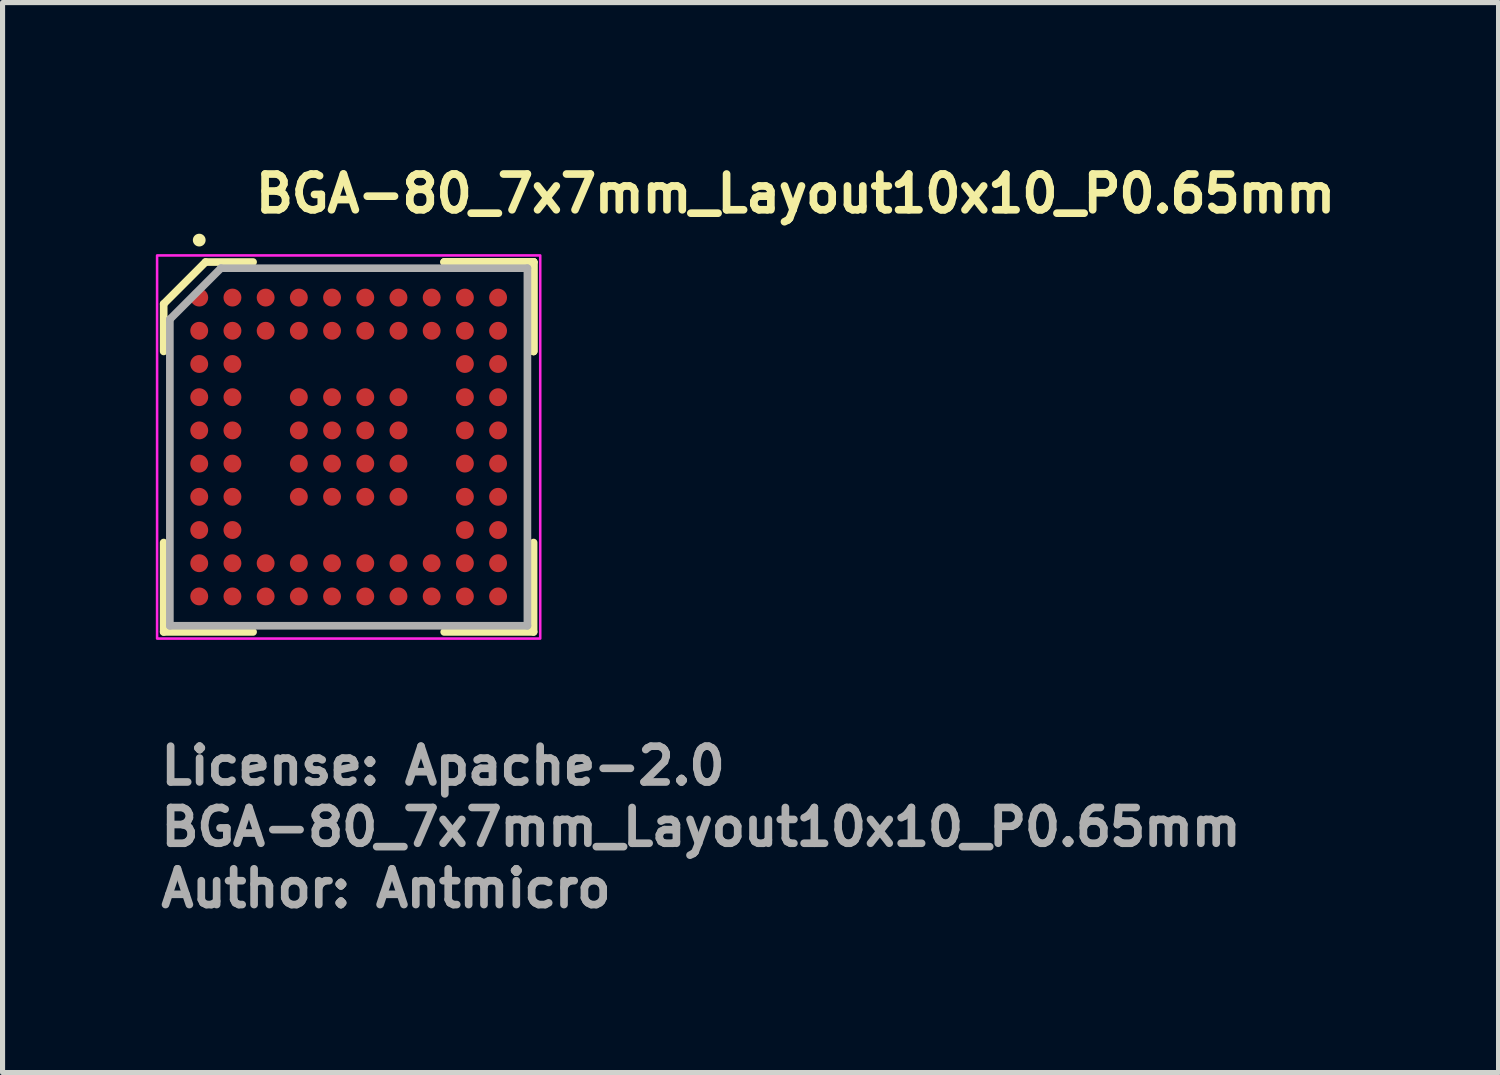
<source format=kicad_pcb>
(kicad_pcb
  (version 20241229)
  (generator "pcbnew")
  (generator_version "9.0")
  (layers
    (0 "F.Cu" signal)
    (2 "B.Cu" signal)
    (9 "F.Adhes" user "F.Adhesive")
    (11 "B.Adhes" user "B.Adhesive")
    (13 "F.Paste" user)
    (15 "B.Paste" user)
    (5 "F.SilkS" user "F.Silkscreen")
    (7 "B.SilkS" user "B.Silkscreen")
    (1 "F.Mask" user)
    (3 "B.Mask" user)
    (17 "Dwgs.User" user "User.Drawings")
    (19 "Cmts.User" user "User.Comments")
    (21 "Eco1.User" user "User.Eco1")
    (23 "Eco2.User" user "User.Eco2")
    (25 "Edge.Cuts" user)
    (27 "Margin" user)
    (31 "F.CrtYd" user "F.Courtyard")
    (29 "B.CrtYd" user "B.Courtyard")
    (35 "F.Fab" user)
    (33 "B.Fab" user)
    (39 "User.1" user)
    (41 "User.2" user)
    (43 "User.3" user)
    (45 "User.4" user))
  (footprint "BGA-80_7x7mm_Layout10x10_P0.65mm"
    (layer "F.Cu")
    (at 3.775 5.7)
    (property "Reference" "BGA-80_7x7mm_Layout10x10_P0.65mm" (at -1.901 -4.55 0) (layer "F.SilkS") (effects (font (size 0.7 0.7) (thickness 0.15)) (justify left bottom)))
    (attr smd)
    (fp_line (start -3.621 -2.801) (end -3.621 -1.871) (stroke (width 0.15) (type solid)) (layer "F.SilkS"))
    (fp_line (start -3.621 3.62) (end -3.621 1.87) (stroke (width 0.15) (type solid)) (layer "F.SilkS"))
    (fp_line (start -2.801 -3.621) (end -3.621 -2.801) (stroke (width 0.15) (type solid)) (layer "F.SilkS"))
    (fp_line (start -1.871 -3.621) (end -2.801 -3.621) (stroke (width 0.15) (type solid)) (layer "F.SilkS"))
    (fp_line (start -1.871 3.62) (end -3.621 3.62) (stroke (width 0.15) (type solid)) (layer "F.SilkS"))
    (fp_line (start 1.87 -3.621) (end 3.62 -3.621) (stroke (width 0.15) (type solid)) (layer "F.SilkS"))
    (fp_line (start 1.87 -3.621) (end 3.62 -3.621) (stroke (width 0.15) (type solid)) (layer "F.SilkS"))
    (fp_line (start 1.87 -3.621) (end 3.62 -3.621) (stroke (width 0.15) (type solid)) (layer "F.SilkS"))
    (fp_line (start 1.87 3.62) (end 3.62 3.62) (stroke (width 0.15) (type solid)) (layer "F.SilkS"))
    (fp_line (start 3.62 -3.621) (end 3.62 -1.871) (stroke (width 0.15) (type solid)) (layer "F.SilkS"))
    (fp_line (start 3.62 -3.621) (end 3.62 -1.871) (stroke (width 0.15) (type solid)) (layer "F.SilkS"))
    (fp_line (start 3.62 -3.621) (end 3.62 -1.871) (stroke (width 0.15) (type solid)) (layer "F.SilkS"))
    (fp_line (start 3.62 3.62) (end 3.62 1.87) (stroke (width 0.15) (type solid)) (layer "F.SilkS"))
    (fp_circle (center -2.925 -4.05) (end -2.875 -4.05) (stroke (width 0.15) (type solid)) (fill yes) (layer "F.SilkS"))
    (fp_rect (start -3.75 -3.75) (end 3.75 3.75) (stroke (width 0.05) (type solid)) (fill no) (layer "F.CrtYd"))
    (fp_line (start -3.5 -2.5) (end -3.5 3.499) (stroke (width 0.15) (type solid)) (layer "F.Fab"))
    (fp_line (start -3.5 3.499) (end 3.499 3.499) (stroke (width 0.15) (type solid)) (layer "F.Fab"))
    (fp_line (start -2.5 -3.5) (end -3.5 -2.5) (stroke (width 0.15) (type solid)) (layer "F.Fab"))
    (fp_line (start 3.499 -3.5) (end -2.5 -3.5) (stroke (width 0.15) (type solid)) (layer "F.Fab"))
    (fp_line (start 3.499 3.499) (end 3.499 -3.5) (stroke (width 0.15) (type solid)) (layer "F.Fab"))
    (fp_rect (start -3.5 -3.5) (end 3.5 3.5) (stroke (width 0.1) (type solid)) (fill no) (layer "User.5"))
    (fp_line (start -3.5 -3.5) (end 3.5 -3.5) (stroke (width 0.02) (type solid)) (layer "User.9"))
    (fp_line (start -3.5 3.5) (end -3.5 -3.5) (stroke (width 0.02) (type solid)) (layer "User.9"))
    (fp_line (start -3.5 3.5) (end 3.5 3.5) (stroke (width 0.02) (type solid)) (layer "User.9"))
    (fp_line (start -3.062 -2.648) (end -3.062 -2.625) (stroke (width 0.02) (type solid)) (layer "User.9"))
    (fp_line (start -3.062 -2.625) (end -3.062 -2.625) (stroke (width 0.02) (type solid)) (layer "User.9"))
    (fp_line (start -3.062 -2.625) (end -3.062 -2.602) (stroke (width 0.02) (type solid)) (layer "User.9"))
    (fp_line (start -3.062 -2.602) (end -3.06 -2.58) (stroke (width 0.02) (type solid)) (layer "User.9"))
    (fp_line (start -3.06 -2.67) (end -3.062 -2.648) (stroke (width 0.02) (type solid)) (layer "User.9"))
    (fp_line (start -3.06 -2.58) (end -3.057 -2.558) (stroke (width 0.02) (type solid)) (layer "User.9"))
    (fp_line (start -3.057 -2.692) (end -3.06 -2.67) (stroke (width 0.02) (type solid)) (layer "User.9"))
    (fp_line (start -3.057 -2.558) (end -3.054 -2.537) (stroke (width 0.02) (type solid)) (layer "User.9"))
    (fp_line (start -3.054 -2.713) (end -3.057 -2.692) (stroke (width 0.02) (type solid)) (layer "User.9"))
    (fp_line (start -3.054 -2.537) (end -3.049 -2.516) (stroke (width 0.02) (type solid)) (layer "User.9"))
    (fp_line (start -3.049 -2.734) (end -3.054 -2.713) (stroke (width 0.02) (type solid)) (layer "User.9"))
    (fp_line (start -3.049 -2.516) (end -3.043 -2.495) (stroke (width 0.02) (type solid)) (layer "User.9"))
    (fp_line (start -3.043 -2.755) (end -3.049 -2.734) (stroke (width 0.02) (type solid)) (layer "User.9"))
    (fp_line (start -3.043 -2.495) (end -3.036 -2.475) (stroke (width 0.02) (type solid)) (layer "User.9"))
    (fp_line (start -3.036 -2.775) (end -3.043 -2.755) (stroke (width 0.02) (type solid)) (layer "User.9"))
    (fp_line (start -3.036 -2.475) (end -3.028 -2.455) (stroke (width 0.02) (type solid)) (layer "User.9"))
    (fp_line (start -3.028 -2.795) (end -3.036 -2.775) (stroke (width 0.02) (type solid)) (layer "User.9"))
    (fp_line (start -3.028 -2.455) (end -3.019 -2.435) (stroke (width 0.02) (type solid)) (layer "User.9"))
    (fp_line (start -3.019 -2.815) (end -3.028 -2.795) (stroke (width 0.02) (type solid)) (layer "User.9"))
    (fp_line (start -3.019 -2.435) (end -3.01 -2.416) (stroke (width 0.02) (type solid)) (layer "User.9"))
    (fp_line (start -3.01 -2.834) (end -3.019 -2.815) (stroke (width 0.02) (type solid)) (layer "User.9"))
    (fp_line (start -3.01 -2.416) (end -2.999 -2.398) (stroke (width 0.02) (type solid)) (layer "User.9"))
    (fp_line (start -2.999 -2.852) (end -3.01 -2.834) (stroke (width 0.02) (type solid)) (layer "User.9"))
    (fp_line (start -2.999 -2.398) (end -2.988 -2.38) (stroke (width 0.02) (type solid)) (layer "User.9"))
    (fp_line (start -2.988 -2.87) (end -2.999 -2.852) (stroke (width 0.02) (type solid)) (layer "User.9"))
    (fp_line (start -2.988 -2.38) (end -2.976 -2.363) (stroke (width 0.02) (type solid)) (layer "User.9"))
    (fp_line (start -2.976 -2.887) (end -2.988 -2.87) (stroke (width 0.02) (type solid)) (layer "User.9"))
    (fp_line (start -2.976 -2.363) (end -2.963 -2.347) (stroke (width 0.02) (type solid)) (layer "User.9"))
    (fp_line (start -2.963 -2.903) (end -2.976 -2.887) (stroke (width 0.02) (type solid)) (layer "User.9"))
    (fp_line (start -2.963 -2.347) (end -2.949 -2.331) (stroke (width 0.02) (type solid)) (layer "User.9"))
    (fp_line (start -2.949 -2.919) (end -2.963 -2.903) (stroke (width 0.02) (type solid)) (layer "User.9"))
    (fp_line (start -2.949 -2.331) (end -2.934 -2.316) (stroke (width 0.02) (type solid)) (layer "User.9"))
    (fp_line (start -2.934 -2.934) (end -2.949 -2.919) (stroke (width 0.02) (type solid)) (layer "User.9"))
    (fp_line (start -2.934 -2.316) (end -2.919 -2.301) (stroke (width 0.02) (type solid)) (layer "User.9"))
    (fp_line (start -2.919 -2.949) (end -2.934 -2.934) (stroke (width 0.02) (type solid)) (layer "User.9"))
    (fp_line (start -2.919 -2.301) (end -2.903 -2.287) (stroke (width 0.02) (type solid)) (layer "User.9"))
    (fp_line (start -2.903 -2.963) (end -2.919 -2.949) (stroke (width 0.02) (type solid)) (layer "User.9"))
    (fp_line (start -2.903 -2.287) (end -2.887 -2.274) (stroke (width 0.02) (type solid)) (layer "User.9"))
    (fp_line (start -2.887 -2.976) (end -2.903 -2.963) (stroke (width 0.02) (type solid)) (layer "User.9"))
    (fp_line (start -2.887 -2.274) (end -2.87 -2.262) (stroke (width 0.02) (type solid)) (layer "User.9"))
    (fp_line (start -2.87 -2.988) (end -2.887 -2.976) (stroke (width 0.02) (type solid)) (layer "User.9"))
    (fp_line (start -2.87 -2.262) (end -2.852 -2.251) (stroke (width 0.02) (type solid)) (layer "User.9"))
    (fp_line (start -2.852 -2.999) (end -2.87 -2.988) (stroke (width 0.02) (type solid)) (layer "User.9"))
    (fp_line (start -2.852 -2.251) (end -2.834 -2.24) (stroke (width 0.02) (type solid)) (layer "User.9"))
    (fp_line (start -2.834 -3.01) (end -2.852 -2.999) (stroke (width 0.02) (type solid)) (layer "User.9"))
    (fp_line (start -2.834 -2.24) (end -2.815 -2.231) (stroke (width 0.02) (type solid)) (layer "User.9"))
    (fp_line (start -2.815 -3.019) (end -2.834 -3.01) (stroke (width 0.02) (type solid)) (layer "User.9"))
    (fp_line (start -2.815 -2.231) (end -2.795 -2.222) (stroke (width 0.02) (type solid)) (layer "User.9"))
    (fp_line (start -2.795 -3.028) (end -2.815 -3.019) (stroke (width 0.02) (type solid)) (layer "User.9"))
    (fp_line (start -2.795 -2.222) (end -2.775 -2.214) (stroke (width 0.02) (type solid)) (layer "User.9"))
    (fp_line (start -2.775 -3.036) (end -2.795 -3.028) (stroke (width 0.02) (type solid)) (layer "User.9"))
    (fp_line (start -2.775 -2.214) (end -2.755 -2.207) (stroke (width 0.02) (type solid)) (layer "User.9"))
    (fp_line (start -2.755 -3.043) (end -2.775 -3.036) (stroke (width 0.02) (type solid)) (layer "User.9"))
    (fp_line (start -2.755 -2.207) (end -2.734 -2.201) (stroke (width 0.02) (type solid)) (layer "User.9"))
    (fp_line (start -2.734 -3.049) (end -2.755 -3.043) (stroke (width 0.02) (type solid)) (layer "User.9"))
    (fp_line (start -2.734 -2.201) (end -2.713 -2.196) (stroke (width 0.02) (type solid)) (layer "User.9"))
    (fp_line (start -2.713 -3.054) (end -2.734 -3.049) (stroke (width 0.02) (type solid)) (layer "User.9"))
    (fp_line (start -2.713 -2.196) (end -2.692 -2.193) (stroke (width 0.02) (type solid)) (layer "User.9"))
    (fp_line (start -2.692 -3.057) (end -2.713 -3.054) (stroke (width 0.02) (type solid)) (layer "User.9"))
    (fp_line (start -2.692 -2.193) (end -2.67 -2.19) (stroke (width 0.02) (type solid)) (layer "User.9"))
    (fp_line (start -2.67 -3.06) (end -2.692 -3.057) (stroke (width 0.02) (type solid)) (layer "User.9"))
    (fp_line (start -2.67 -2.19) (end -2.648 -2.188) (stroke (width 0.02) (type solid)) (layer "User.9"))
    (fp_line (start -2.648 -3.062) (end -2.67 -3.06) (stroke (width 0.02) (type solid)) (layer "User.9"))
    (fp_line (start -2.648 -2.188) (end -2.625 -2.188) (stroke (width 0.02) (type solid)) (layer "User.9"))
    (fp_line (start -2.625 -3.062) (end -2.648 -3.062) (stroke (width 0.02) (type solid)) (layer "User.9"))
    (fp_line (start -2.625 -3.062) (end -2.625 -3.062) (stroke (width 0.02) (type solid)) (layer "User.9"))
    (fp_line (start -2.625 -2.188) (end -2.625 -2.188) (stroke (width 0.02) (type solid)) (layer "User.9"))
    (fp_line (start -2.625 -2.188) (end -2.602 -2.188) (stroke (width 0.02) (type solid)) (layer "User.9"))
    (fp_line (start -2.602 -3.062) (end -2.625 -3.062) (stroke (width 0.02) (type solid)) (layer "User.9"))
    (fp_line (start -2.602 -2.188) (end -2.58 -2.19) (stroke (width 0.02) (type solid)) (layer "User.9"))
    (fp_line (start -2.58 -3.06) (end -2.602 -3.062) (stroke (width 0.02) (type solid)) (layer "User.9"))
    (fp_line (start -2.58 -2.19) (end -2.558 -2.193) (stroke (width 0.02) (type solid)) (layer "User.9"))
    (fp_line (start -2.558 -3.057) (end -2.58 -3.06) (stroke (width 0.02) (type solid)) (layer "User.9"))
    (fp_line (start -2.558 -2.193) (end -2.537 -2.196) (stroke (width 0.02) (type solid)) (layer "User.9"))
    (fp_line (start -2.537 -3.054) (end -2.558 -3.057) (stroke (width 0.02) (type solid)) (layer "User.9"))
    (fp_line (start -2.537 -2.196) (end -2.516 -2.201) (stroke (width 0.02) (type solid)) (layer "User.9"))
    (fp_line (start -2.516 -3.049) (end -2.537 -3.054) (stroke (width 0.02) (type solid)) (layer "User.9"))
    (fp_line (start -2.516 -2.201) (end -2.495 -2.207) (stroke (width 0.02) (type solid)) (layer "User.9"))
    (fp_line (start -2.495 -3.043) (end -2.516 -3.049) (stroke (width 0.02) (type solid)) (layer "User.9"))
    (fp_line (start -2.495 -2.207) (end -2.475 -2.214) (stroke (width 0.02) (type solid)) (layer "User.9"))
    (fp_line (start -2.475 -3.036) (end -2.495 -3.043) (stroke (width 0.02) (type solid)) (layer "User.9"))
    (fp_line (start -2.475 -2.214) (end -2.455 -2.222) (stroke (width 0.02) (type solid)) (layer "User.9"))
    (fp_line (start -2.455 -3.028) (end -2.475 -3.036) (stroke (width 0.02) (type solid)) (layer "User.9"))
    (fp_line (start -2.455 -2.222) (end -2.435 -2.231) (stroke (width 0.02) (type solid)) (layer "User.9"))
    (fp_line (start -2.435 -3.019) (end -2.455 -3.028) (stroke (width 0.02) (type solid)) (layer "User.9"))
    (fp_line (start -2.435 -2.231) (end -2.416 -2.24) (stroke (width 0.02) (type solid)) (layer "User.9"))
    (fp_line (start -2.416 -3.01) (end -2.435 -3.019) (stroke (width 0.02) (type solid)) (layer "User.9"))
    (fp_line (start -2.416 -2.24) (end -2.398 -2.251) (stroke (width 0.02) (type solid)) (layer "User.9"))
    (fp_line (start -2.398 -2.999) (end -2.416 -3.01) (stroke (width 0.02) (type solid)) (layer "User.9"))
    (fp_line (start -2.398 -2.251) (end -2.38 -2.262) (stroke (width 0.02) (type solid)) (layer "User.9"))
    (fp_line (start -2.38 -2.988) (end -2.398 -2.999) (stroke (width 0.02) (type solid)) (layer "User.9"))
    (fp_line (start -2.38 -2.262) (end -2.363 -2.274) (stroke (width 0.02) (type solid)) (layer "User.9"))
    (fp_line (start -2.363 -2.976) (end -2.38 -2.988) (stroke (width 0.02) (type solid)) (layer "User.9"))
    (fp_line (start -2.363 -2.274) (end -2.347 -2.287) (stroke (width 0.02) (type solid)) (layer "User.9"))
    (fp_line (start -2.347 -2.963) (end -2.363 -2.976) (stroke (width 0.02) (type solid)) (layer "User.9"))
    (fp_line (start -2.347 -2.287) (end -2.331 -2.301) (stroke (width 0.02) (type solid)) (layer "User.9"))
    (fp_line (start -2.331 -2.949) (end -2.347 -2.963) (stroke (width 0.02) (type solid)) (layer "User.9"))
    (fp_line (start -2.331 -2.301) (end -2.316 -2.316) (stroke (width 0.02) (type solid)) (layer "User.9"))
    (fp_line (start -2.316 -2.934) (end -2.331 -2.949) (stroke (width 0.02) (type solid)) (layer "User.9"))
    (fp_line (start -2.316 -2.316) (end -2.301 -2.331) (stroke (width 0.02) (type solid)) (layer "User.9"))
    (fp_line (start -2.301 -2.919) (end -2.316 -2.934) (stroke (width 0.02) (type solid)) (layer "User.9"))
    (fp_line (start -2.301 -2.331) (end -2.287 -2.347) (stroke (width 0.02) (type solid)) (layer "User.9"))
    (fp_line (start -2.287 -2.903) (end -2.301 -2.919) (stroke (width 0.02) (type solid)) (layer "User.9"))
    (fp_line (start -2.287 -2.347) (end -2.274 -2.363) (stroke (width 0.02) (type solid)) (layer "User.9"))
    (fp_line (start -2.274 -2.887) (end -2.287 -2.903) (stroke (width 0.02) (type solid)) (layer "User.9"))
    (fp_line (start -2.274 -2.363) (end -2.262 -2.38) (stroke (width 0.02) (type solid)) (layer "User.9"))
    (fp_line (start -2.262 -2.87) (end -2.274 -2.887) (stroke (width 0.02) (type solid)) (layer "User.9"))
    (fp_line (start -2.262 -2.38) (end -2.251 -2.398) (stroke (width 0.02) (type solid)) (layer "User.9"))
    (fp_line (start -2.251 -2.852) (end -2.262 -2.87) (stroke (width 0.02) (type solid)) (layer "User.9"))
    (fp_line (start -2.251 -2.398) (end -2.24 -2.416) (stroke (width 0.02) (type solid)) (layer "User.9"))
    (fp_line (start -2.24 -2.834) (end -2.251 -2.852) (stroke (width 0.02) (type solid)) (layer "User.9"))
    (fp_line (start -2.24 -2.416) (end -2.231 -2.435) (stroke (width 0.02) (type solid)) (layer "User.9"))
    (fp_line (start -2.231 -2.815) (end -2.24 -2.834) (stroke (width 0.02) (type solid)) (layer "User.9"))
    (fp_line (start -2.231 -2.435) (end -2.222 -2.455) (stroke (width 0.02) (type solid)) (layer "User.9"))
    (fp_line (start -2.222 -2.795) (end -2.231 -2.815) (stroke (width 0.02) (type solid)) (layer "User.9"))
    (fp_line (start -2.222 -2.455) (end -2.214 -2.475) (stroke (width 0.02) (type solid)) (layer "User.9"))
    (fp_line (start -2.214 -2.775) (end -2.222 -2.795) (stroke (width 0.02) (type solid)) (layer "User.9"))
    (fp_line (start -2.214 -2.475) (end -2.207 -2.495) (stroke (width 0.02) (type solid)) (layer "User.9"))
    (fp_line (start -2.207 -2.755) (end -2.214 -2.775) (stroke (width 0.02) (type solid)) (layer "User.9"))
    (fp_line (start -2.207 -2.495) (end -2.201 -2.516) (stroke (width 0.02) (type solid)) (layer "User.9"))
    (fp_line (start -2.201 -2.734) (end -2.207 -2.755) (stroke (width 0.02) (type solid)) (layer "User.9"))
    (fp_line (start -2.201 -2.516) (end -2.196 -2.537) (stroke (width 0.02) (type solid)) (layer "User.9"))
    (fp_line (start -2.196 -2.713) (end -2.201 -2.734) (stroke (width 0.02) (type solid)) (layer "User.9"))
    (fp_line (start -2.196 -2.537) (end -2.193 -2.558) (stroke (width 0.02) (type solid)) (layer "User.9"))
    (fp_line (start -2.193 -2.692) (end -2.196 -2.713) (stroke (width 0.02) (type solid)) (layer "User.9"))
    (fp_line (start -2.193 -2.558) (end -2.19 -2.58) (stroke (width 0.02) (type solid)) (layer "User.9"))
    (fp_line (start -2.19 -2.67) (end -2.193 -2.692) (stroke (width 0.02) (type solid)) (layer "User.9"))
    (fp_line (start -2.19 -2.58) (end -2.188 -2.602) (stroke (width 0.02) (type solid)) (layer "User.9"))
    (fp_line (start -2.188 -2.648) (end -2.19 -2.67) (stroke (width 0.02) (type solid)) (layer "User.9"))
    (fp_line (start -2.188 -2.625) (end -2.188 -2.648) (stroke (width 0.02) (type solid)) (layer "User.9"))
    (fp_line (start -2.188 -2.625) (end -2.188 -2.625) (stroke (width 0.02) (type solid)) (layer "User.9"))
    (fp_line (start -2.188 -2.625) (end -2.188 -2.625) (stroke (width 0.02) (type solid)) (layer "User.9"))
    (fp_line (start -2.188 -2.602) (end -2.188 -2.625) (stroke (width 0.02) (type solid)) (layer "User.9"))
    (fp_line (start 3.5 3.5) (end 3.5 -3.5) (stroke (width 0.02) (type solid)) (layer "User.9"))
    (fp_text user "${REFERENCE}" (at -3.75 7.85 0) (layer "F.Fab") (effects (font (size 0.7 0.7) (thickness 0.15)) (justify left bottom)))
    (fp_text user "Author: Antmicro" (at -3.75 9.05 0) (layer "F.Fab") (effects (font (size 0.7 0.7) (thickness 0.15)) (justify left bottom)))
    (fp_text user "License: Apache-2.0" (at -3.75 6.65 0) (layer "F.Fab") (effects (font (size 0.7 0.7) (thickness 0.15)) (justify left bottom)))
    (pad "A1" smd circle (at -2.925 -2.925) (size 0.35 0.35) (layers "F.Cu" "F.Mask" "F.Paste"))
    (pad "A2" smd circle (at -2.275 -2.925) (size 0.35 0.35) (layers "F.Cu" "F.Mask" "F.Paste"))
    (pad "A3" smd circle (at -1.625 -2.925) (size 0.35 0.35) (layers "F.Cu" "F.Mask" "F.Paste"))
    (pad "A4" smd circle (at -0.975 -2.925) (size 0.35 0.35) (layers "F.Cu" "F.Mask" "F.Paste"))
    (pad "A5" smd circle (at -0.325 -2.925) (size 0.35 0.35) (layers "F.Cu" "F.Mask" "F.Paste"))
    (pad "A6" smd circle (at 0.325 -2.925) (size 0.35 0.35) (layers "F.Cu" "F.Mask" "F.Paste"))
    (pad "A7" smd circle (at 0.975 -2.925) (size 0.35 0.35) (layers "F.Cu" "F.Mask" "F.Paste"))
    (pad "A8" smd circle (at 1.625 -2.925) (size 0.35 0.35) (layers "F.Cu" "F.Mask" "F.Paste"))
    (pad "A9" smd circle (at 2.275 -2.925) (size 0.35 0.35) (layers "F.Cu" "F.Mask" "F.Paste"))
    (pad "A10" smd circle (at 2.925 -2.925) (size 0.35 0.35) (layers "F.Cu" "F.Mask" "F.Paste"))
    (pad "B1" smd circle (at -2.925 -2.275) (size 0.35 0.35) (layers "F.Cu" "F.Mask" "F.Paste"))
    (pad "B2" smd circle (at -2.275 -2.275) (size 0.35 0.35) (layers "F.Cu" "F.Mask" "F.Paste"))
    (pad "B3" smd circle (at -1.625 -2.275) (size 0.35 0.35) (layers "F.Cu" "F.Mask" "F.Paste"))
    (pad "B4" smd circle (at -0.975 -2.275) (size 0.35 0.35) (layers "F.Cu" "F.Mask" "F.Paste"))
    (pad "B5" smd circle (at -0.325 -2.275) (size 0.35 0.35) (layers "F.Cu" "F.Mask" "F.Paste"))
    (pad "B6" smd circle (at 0.325 -2.275) (size 0.35 0.35) (layers "F.Cu" "F.Mask" "F.Paste"))
    (pad "B7" smd circle (at 0.975 -2.275) (size 0.35 0.35) (layers "F.Cu" "F.Mask" "F.Paste"))
    (pad "B8" smd circle (at 1.625 -2.275) (size 0.35 0.35) (layers "F.Cu" "F.Mask" "F.Paste"))
    (pad "B9" smd circle (at 2.275 -2.275) (size 0.35 0.35) (layers "F.Cu" "F.Mask" "F.Paste"))
    (pad "B10" smd circle (at 2.925 -2.275) (size 0.35 0.35) (layers "F.Cu" "F.Mask" "F.Paste"))
    (pad "C1" smd circle (at -2.925 -1.625) (size 0.35 0.35) (layers "F.Cu" "F.Mask" "F.Paste"))
    (pad "C2" smd circle (at -2.275 -1.625) (size 0.35 0.35) (layers "F.Cu" "F.Mask" "F.Paste"))
    (pad "C9" smd circle (at 2.275 -1.625) (size 0.35 0.35) (layers "F.Cu" "F.Mask" "F.Paste"))
    (pad "C10" smd circle (at 2.925 -1.625) (size 0.35 0.35) (layers "F.Cu" "F.Mask" "F.Paste"))
    (pad "D1" smd circle (at -2.925 -0.975) (size 0.35 0.35) (layers "F.Cu" "F.Mask" "F.Paste"))
    (pad "D2" smd circle (at -2.275 -0.975) (size 0.35 0.35) (layers "F.Cu" "F.Mask" "F.Paste"))
    (pad "D4" smd circle (at -0.975 -0.975) (size 0.35 0.35) (layers "F.Cu" "F.Mask" "F.Paste"))
    (pad "D5" smd circle (at -0.325 -0.975) (size 0.35 0.35) (layers "F.Cu" "F.Mask" "F.Paste"))
    (pad "D6" smd circle (at 0.325 -0.975) (size 0.35 0.35) (layers "F.Cu" "F.Mask" "F.Paste"))
    (pad "D7" smd circle (at 0.975 -0.975) (size 0.35 0.35) (layers "F.Cu" "F.Mask" "F.Paste"))
    (pad "D9" smd circle (at 2.275 -0.975) (size 0.35 0.35) (layers "F.Cu" "F.Mask" "F.Paste"))
    (pad "D10" smd circle (at 2.925 -0.975) (size 0.35 0.35) (layers "F.Cu" "F.Mask" "F.Paste"))
    (pad "E1" smd circle (at -2.925 -0.325) (size 0.35 0.35) (layers "F.Cu" "F.Mask" "F.Paste"))
    (pad "E2" smd circle (at -2.275 -0.325) (size 0.35 0.35) (layers "F.Cu" "F.Mask" "F.Paste"))
    (pad "E4" smd circle (at -0.975 -0.325) (size 0.35 0.35) (layers "F.Cu" "F.Mask" "F.Paste"))
    (pad "E5" smd circle (at -0.325 -0.325) (size 0.35 0.35) (layers "F.Cu" "F.Mask" "F.Paste"))
    (pad "E6" smd circle (at 0.325 -0.325) (size 0.35 0.35) (layers "F.Cu" "F.Mask" "F.Paste"))
    (pad "E7" smd circle (at 0.975 -0.325) (size 0.35 0.35) (layers "F.Cu" "F.Mask" "F.Paste"))
    (pad "E9" smd circle (at 2.275 -0.325) (size 0.35 0.35) (layers "F.Cu" "F.Mask" "F.Paste"))
    (pad "E10" smd circle (at 2.925 -0.325) (size 0.35 0.35) (layers "F.Cu" "F.Mask" "F.Paste"))
    (pad "F1" smd circle (at -2.925 0.325) (size 0.35 0.35) (layers "F.Cu" "F.Mask" "F.Paste"))
    (pad "F2" smd circle (at -2.275 0.325) (size 0.35 0.35) (layers "F.Cu" "F.Mask" "F.Paste"))
    (pad "F4" smd circle (at -0.975 0.325) (size 0.35 0.35) (layers "F.Cu" "F.Mask" "F.Paste"))
    (pad "F5" smd circle (at -0.325 0.325) (size 0.35 0.35) (layers "F.Cu" "F.Mask" "F.Paste"))
    (pad "F6" smd circle (at 0.325 0.325) (size 0.35 0.35) (layers "F.Cu" "F.Mask" "F.Paste"))
    (pad "F7" smd circle (at 0.975 0.325) (size 0.35 0.35) (layers "F.Cu" "F.Mask" "F.Paste"))
    (pad "F9" smd circle (at 2.275 0.325) (size 0.35 0.35) (layers "F.Cu" "F.Mask" "F.Paste"))
    (pad "F10" smd circle (at 2.925 0.325) (size 0.35 0.35) (layers "F.Cu" "F.Mask" "F.Paste"))
    (pad "G1" smd circle (at -2.925 0.975) (size 0.35 0.35) (layers "F.Cu" "F.Mask" "F.Paste"))
    (pad "G2" smd circle (at -2.275 0.975) (size 0.35 0.35) (layers "F.Cu" "F.Mask" "F.Paste"))
    (pad "G4" smd circle (at -0.975 0.975) (size 0.35 0.35) (layers "F.Cu" "F.Mask" "F.Paste"))
    (pad "G5" smd circle (at -0.325 0.975) (size 0.35 0.35) (layers "F.Cu" "F.Mask" "F.Paste"))
    (pad "G6" smd circle (at 0.325 0.975) (size 0.35 0.35) (layers "F.Cu" "F.Mask" "F.Paste"))
    (pad "G7" smd circle (at 0.975 0.975) (size 0.35 0.35) (layers "F.Cu" "F.Mask" "F.Paste"))
    (pad "G9" smd circle (at 2.275 0.975) (size 0.35 0.35) (layers "F.Cu" "F.Mask" "F.Paste"))
    (pad "G10" smd circle (at 2.925 0.975) (size 0.35 0.35) (layers "F.Cu" "F.Mask" "F.Paste"))
    (pad "H1" smd circle (at -2.925 1.625) (size 0.35 0.35) (layers "F.Cu" "F.Mask" "F.Paste"))
    (pad "H2" smd circle (at -2.275 1.625) (size 0.35 0.35) (layers "F.Cu" "F.Mask" "F.Paste"))
    (pad "H9" smd circle (at 2.275 1.625) (size 0.35 0.35) (layers "F.Cu" "F.Mask" "F.Paste"))
    (pad "H10" smd circle (at 2.925 1.625) (size 0.35 0.35) (layers "F.Cu" "F.Mask" "F.Paste"))
    (pad "J1" smd circle (at -2.925 2.275) (size 0.35 0.35) (layers "F.Cu" "F.Mask" "F.Paste"))
    (pad "J2" smd circle (at -2.275 2.275) (size 0.35 0.35) (layers "F.Cu" "F.Mask" "F.Paste"))
    (pad "J3" smd circle (at -1.625 2.275) (size 0.35 0.35) (layers "F.Cu" "F.Mask" "F.Paste"))
    (pad "J4" smd circle (at -0.975 2.275) (size 0.35 0.35) (layers "F.Cu" "F.Mask" "F.Paste"))
    (pad "J5" smd circle (at -0.325 2.275) (size 0.35 0.35) (layers "F.Cu" "F.Mask" "F.Paste"))
    (pad "J6" smd circle (at 0.325 2.275) (size 0.35 0.35) (layers "F.Cu" "F.Mask" "F.Paste"))
    (pad "J7" smd circle (at 0.975 2.275) (size 0.35 0.35) (layers "F.Cu" "F.Mask" "F.Paste"))
    (pad "J8" smd circle (at 1.625 2.275) (size 0.35 0.35) (layers "F.Cu" "F.Mask" "F.Paste"))
    (pad "J9" smd circle (at 2.275 2.275) (size 0.35 0.35) (layers "F.Cu" "F.Mask" "F.Paste"))
    (pad "J10" smd circle (at 2.925 2.275) (size 0.35 0.35) (layers "F.Cu" "F.Mask" "F.Paste"))
    (pad "K1" smd circle (at -2.925 2.925) (size 0.35 0.35) (layers "F.Cu" "F.Mask" "F.Paste"))
    (pad "K2" smd circle (at -2.275 2.925) (size 0.35 0.35) (layers "F.Cu" "F.Mask" "F.Paste"))
    (pad "K3" smd circle (at -1.625 2.925) (size 0.35 0.35) (layers "F.Cu" "F.Mask" "F.Paste"))
    (pad "K4" smd circle (at -0.975 2.925) (size 0.35 0.35) (layers "F.Cu" "F.Mask" "F.Paste"))
    (pad "K5" smd circle (at -0.325 2.925) (size 0.35 0.35) (layers "F.Cu" "F.Mask" "F.Paste"))
    (pad "K6" smd circle (at 0.325 2.925) (size 0.35 0.35) (layers "F.Cu" "F.Mask" "F.Paste"))
    (pad "K7" smd circle (at 0.975 2.925) (size 0.35 0.35) (layers "F.Cu" "F.Mask" "F.Paste"))
    (pad "K8" smd circle (at 1.625 2.925) (size 0.35 0.35) (layers "F.Cu" "F.Mask" "F.Paste"))
    (pad "K9" smd circle (at 2.275 2.925) (size 0.35 0.35) (layers "F.Cu" "F.Mask" "F.Paste"))
    (pad "K10" smd circle (at 2.925 2.925) (size 0.35 0.35) (layers "F.Cu" "F.Mask" "F.Paste")))
  (gr_rect
    (start -3 -3)
    (end 26.284 17.945)
    (stroke (width 0.1) (type default))
    (fill no)
    (layer "Edge.Cuts")))
</source>
